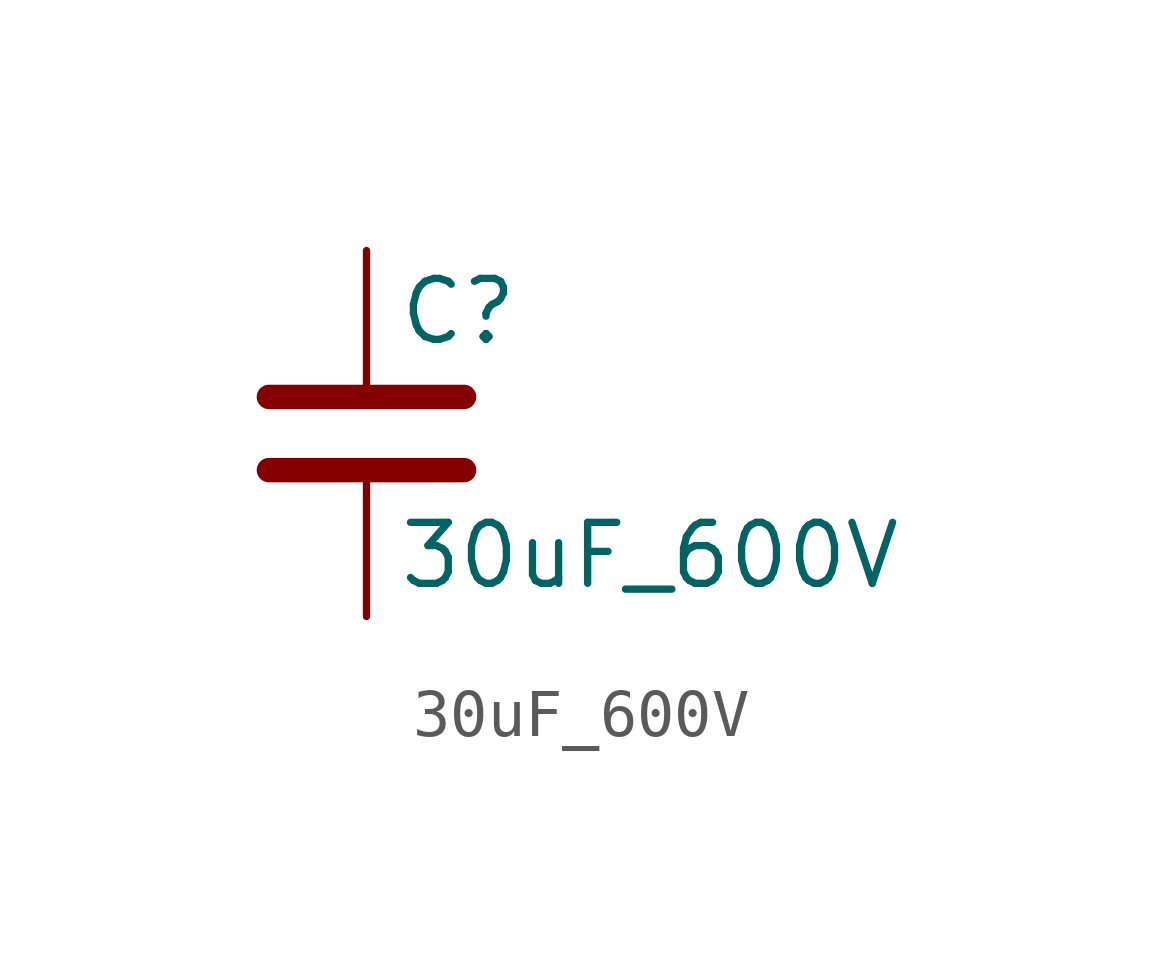
<source format=kicad_sym>
(kicad_symbol_lib
  (version 20220914)
  (generator kicad_db_lib)
  (symbol "30uF_600V"
    (pin_numbers hide)
    (pin_names
      (offset 0.254))
    (property "Reference" "C"
      (at 0.635 2.54 0)
      (effects (font (size 1.27 1.27)) (justify left)))
    (property "Value" "30uF_600V"
      (at 0.635 -2.54 0)
      (effects (font (size 1.27 1.27)) (justify left)))
    (symbol "30uF_600V_0_1"
      (polyline (pts (xy -2.032 -0.762) (xy 2.032 -0.762)) (stroke (width 0.508) (type default)) (fill (type none)))
      (polyline (pts (xy -2.032 0.762) (xy 2.032 0.762)) (stroke (width 0.508) (type default)) (fill (type none))))
    (symbol "30uF_600V_1_1"
      (pin passive line (at 0 3.81 270) (length 2.794) (name "~" (effects (font (size 1.27 1.27)))) (number "1" (effects (font (size 1.27 1.27)))))
      (pin passive line (at 0 -3.81 90) (length 2.794) (name "~" (effects (font (size 1.27 1.27)))) (number "2" (effects (font (size 1.27 1.27))))))))
</source>
